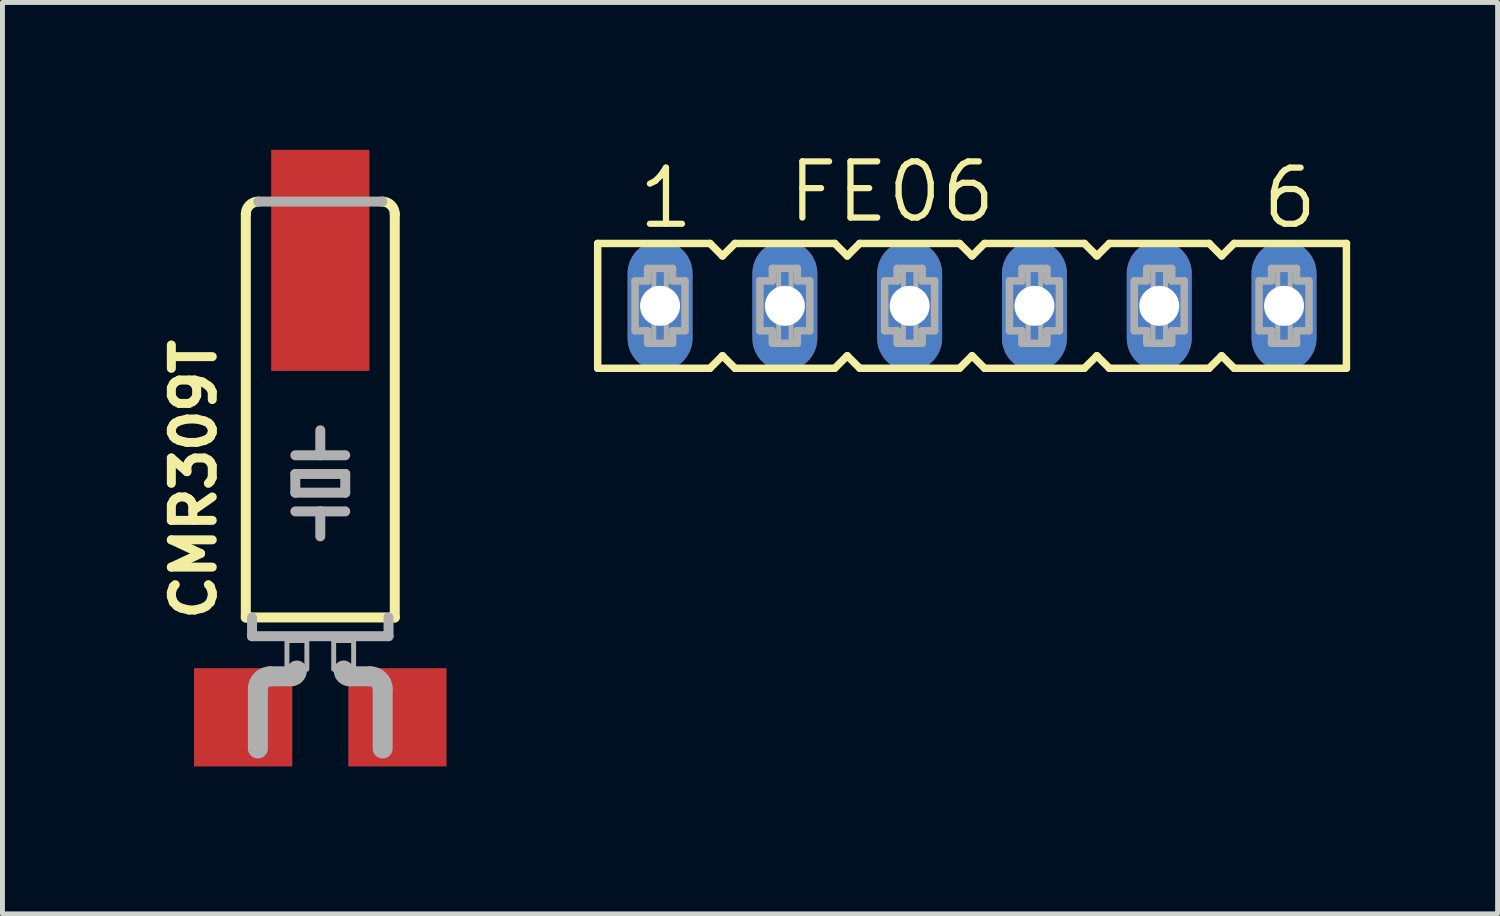
<source format=kicad_pcb>
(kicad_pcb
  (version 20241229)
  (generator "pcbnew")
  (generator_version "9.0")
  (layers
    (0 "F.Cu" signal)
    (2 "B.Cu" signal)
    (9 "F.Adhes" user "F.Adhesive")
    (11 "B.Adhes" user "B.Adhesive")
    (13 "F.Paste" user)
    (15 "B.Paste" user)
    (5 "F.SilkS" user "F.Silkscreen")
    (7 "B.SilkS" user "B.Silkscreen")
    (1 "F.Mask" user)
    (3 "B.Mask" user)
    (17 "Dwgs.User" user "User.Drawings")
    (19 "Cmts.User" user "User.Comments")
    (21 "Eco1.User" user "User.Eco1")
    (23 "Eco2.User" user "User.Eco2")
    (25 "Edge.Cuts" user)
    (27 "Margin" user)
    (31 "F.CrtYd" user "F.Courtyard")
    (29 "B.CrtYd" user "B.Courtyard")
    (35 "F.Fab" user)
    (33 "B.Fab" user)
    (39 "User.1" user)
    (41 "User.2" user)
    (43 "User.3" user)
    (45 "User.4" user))
  (footprint "FE06"
    (layer "F.Cu")
    (at 16.735 3.175)
    (property "Reference" "FE06" (at -3.81 -1.651 0) (unlocked yes) (layer "F.SilkS") (effects (font (size 1.143 1.143) (thickness 0.127)) (justify left bottom)))
    (fp_line (start -7.62 -1.27) (end -7.62 1.27) (stroke (width 0.152) (type solid)) (layer "F.SilkS"))
    (fp_line (start -7.62 1.27) (end -5.334 1.27) (stroke (width 0.152) (type solid)) (layer "F.SilkS"))
    (fp_line (start -5.334 -1.27) (end -7.62 -1.27) (stroke (width 0.152) (type solid)) (layer "F.SilkS"))
    (fp_line (start -5.334 1.27) (end -5.08 1.016) (stroke (width 0.152) (type solid)) (layer "F.SilkS"))
    (fp_line (start -5.08 -1.016) (end -5.334 -1.27) (stroke (width 0.152) (type solid)) (layer "F.SilkS"))
    (fp_line (start -5.08 1.016) (end -4.826 1.27) (stroke (width 0.152) (type solid)) (layer "F.SilkS"))
    (fp_line (start -4.826 -1.27) (end -5.08 -1.016) (stroke (width 0.152) (type solid)) (layer "F.SilkS"))
    (fp_line (start -4.826 1.27) (end -2.794 1.27) (stroke (width 0.152) (type solid)) (layer "F.SilkS"))
    (fp_line (start -2.794 -1.27) (end -4.826 -1.27) (stroke (width 0.152) (type solid)) (layer "F.SilkS"))
    (fp_line (start -2.794 1.27) (end -2.54 1.016) (stroke (width 0.152) (type solid)) (layer "F.SilkS"))
    (fp_line (start -2.54 -1.016) (end -2.794 -1.27) (stroke (width 0.152) (type solid)) (layer "F.SilkS"))
    (fp_line (start -2.54 1.016) (end -2.286 1.27) (stroke (width 0.152) (type solid)) (layer "F.SilkS"))
    (fp_line (start -2.286 -1.27) (end -2.54 -1.016) (stroke (width 0.152) (type solid)) (layer "F.SilkS"))
    (fp_line (start -2.286 1.27) (end -0.254 1.27) (stroke (width 0.152) (type solid)) (layer "F.SilkS"))
    (fp_line (start -0.254 -1.27) (end -2.286 -1.27) (stroke (width 0.152) (type solid)) (layer "F.SilkS"))
    (fp_line (start -0.254 1.27) (end 0 1.016) (stroke (width 0.152) (type solid)) (layer "F.SilkS"))
    (fp_line (start 0 -1.016) (end -0.254 -1.27) (stroke (width 0.152) (type solid)) (layer "F.SilkS"))
    (fp_line (start 0 1.016) (end 0.254 1.27) (stroke (width 0.152) (type solid)) (layer "F.SilkS"))
    (fp_line (start 0.254 -1.27) (end 0 -1.016) (stroke (width 0.152) (type solid)) (layer "F.SilkS"))
    (fp_line (start 0.254 1.27) (end 2.286 1.27) (stroke (width 0.152) (type solid)) (layer "F.SilkS"))
    (fp_line (start 2.286 -1.27) (end 0.254 -1.27) (stroke (width 0.152) (type solid)) (layer "F.SilkS"))
    (fp_line (start 2.286 1.27) (end 2.54 1.016) (stroke (width 0.152) (type solid)) (layer "F.SilkS"))
    (fp_line (start 2.54 -1.016) (end 2.286 -1.27) (stroke (width 0.152) (type solid)) (layer "F.SilkS"))
    (fp_line (start 2.54 1.016) (end 2.794 1.27) (stroke (width 0.152) (type solid)) (layer "F.SilkS"))
    (fp_line (start 2.794 -1.27) (end 2.54 -1.016) (stroke (width 0.152) (type solid)) (layer "F.SilkS"))
    (fp_line (start 2.794 1.27) (end 4.826 1.27) (stroke (width 0.152) (type solid)) (layer "F.SilkS"))
    (fp_line (start 4.826 -1.27) (end 2.794 -1.27) (stroke (width 0.152) (type solid)) (layer "F.SilkS"))
    (fp_line (start 4.826 1.27) (end 5.08 1.016) (stroke (width 0.152) (type solid)) (layer "F.SilkS"))
    (fp_line (start 5.08 -1.016) (end 4.826 -1.27) (stroke (width 0.152) (type solid)) (layer "F.SilkS"))
    (fp_line (start 5.08 1.016) (end 5.334 1.27) (stroke (width 0.152) (type solid)) (layer "F.SilkS"))
    (fp_line (start 5.334 -1.27) (end 5.08 -1.016) (stroke (width 0.152) (type solid)) (layer "F.SilkS"))
    (fp_line (start 5.334 1.27) (end 7.62 1.27) (stroke (width 0.152) (type solid)) (layer "F.SilkS"))
    (fp_line (start 7.62 -1.27) (end 5.334 -1.27) (stroke (width 0.152) (type solid)) (layer "F.SilkS"))
    (fp_line (start 7.62 1.27) (end 7.62 -1.27) (stroke (width 0.152) (type solid)) (layer "F.SilkS"))
    (fp_line (start -6.858 -0.508) (end -6.858 0.508) (stroke (width 0.152) (type solid)) (layer "F.Fab"))
    (fp_line (start -6.858 0.508) (end -6.604 0.508) (stroke (width 0.152) (type solid)) (layer "F.Fab"))
    (fp_line (start -6.604 -0.762) (end -6.604 -0.508) (stroke (width 0.152) (type solid)) (layer "F.Fab"))
    (fp_line (start -6.604 -0.508) (end -6.858 -0.508) (stroke (width 0.152) (type solid)) (layer "F.Fab"))
    (fp_line (start -6.604 0.508) (end -6.604 0.762) (stroke (width 0.152) (type solid)) (layer "F.Fab"))
    (fp_line (start -6.604 0.762) (end -6.096 0.762) (stroke (width 0.152) (type solid)) (layer "F.Fab"))
    (fp_line (start -6.096 -0.762) (end -6.604 -0.762) (stroke (width 0.152) (type solid)) (layer "F.Fab"))
    (fp_line (start -6.096 -0.508) (end -6.096 -0.762) (stroke (width 0.152) (type solid)) (layer "F.Fab"))
    (fp_line (start -6.096 0.508) (end -5.842 0.508) (stroke (width 0.152) (type solid)) (layer "F.Fab"))
    (fp_line (start -6.096 0.762) (end -6.096 0.508) (stroke (width 0.152) (type solid)) (layer "F.Fab"))
    (fp_line (start -5.842 -0.508) (end -6.096 -0.508) (stroke (width 0.152) (type solid)) (layer "F.Fab"))
    (fp_line (start -5.842 0.508) (end -5.842 -0.508) (stroke (width 0.152) (type solid)) (layer "F.Fab"))
    (fp_line (start -4.318 -0.508) (end -4.318 0.508) (stroke (width 0.152) (type solid)) (layer "F.Fab"))
    (fp_line (start -4.318 0.508) (end -4.064 0.508) (stroke (width 0.152) (type solid)) (layer "F.Fab"))
    (fp_line (start -4.064 -0.762) (end -4.064 -0.508) (stroke (width 0.152) (type solid)) (layer "F.Fab"))
    (fp_line (start -4.064 -0.508) (end -4.318 -0.508) (stroke (width 0.152) (type solid)) (layer "F.Fab"))
    (fp_line (start -4.064 0.508) (end -4.064 0.762) (stroke (width 0.152) (type solid)) (layer "F.Fab"))
    (fp_line (start -4.064 0.762) (end -3.556 0.762) (stroke (width 0.152) (type solid)) (layer "F.Fab"))
    (fp_line (start -3.556 -0.762) (end -4.064 -0.762) (stroke (width 0.152) (type solid)) (layer "F.Fab"))
    (fp_line (start -3.556 -0.508) (end -3.556 -0.762) (stroke (width 0.152) (type solid)) (layer "F.Fab"))
    (fp_line (start -3.556 0.508) (end -3.302 0.508) (stroke (width 0.152) (type solid)) (layer "F.Fab"))
    (fp_line (start -3.556 0.762) (end -3.556 0.508) (stroke (width 0.152) (type solid)) (layer "F.Fab"))
    (fp_line (start -3.302 -0.508) (end -3.556 -0.508) (stroke (width 0.152) (type solid)) (layer "F.Fab"))
    (fp_line (start -3.302 0.508) (end -3.302 -0.508) (stroke (width 0.152) (type solid)) (layer "F.Fab"))
    (fp_line (start -1.778 -0.508) (end -1.778 0.508) (stroke (width 0.152) (type solid)) (layer "F.Fab"))
    (fp_line (start -1.778 0.508) (end -1.524 0.508) (stroke (width 0.152) (type solid)) (layer "F.Fab"))
    (fp_line (start -1.524 -0.762) (end -1.524 -0.508) (stroke (width 0.152) (type solid)) (layer "F.Fab"))
    (fp_line (start -1.524 -0.508) (end -1.778 -0.508) (stroke (width 0.152) (type solid)) (layer "F.Fab"))
    (fp_line (start -1.524 0.508) (end -1.524 0.762) (stroke (width 0.152) (type solid)) (layer "F.Fab"))
    (fp_line (start -1.524 0.762) (end -1.016 0.762) (stroke (width 0.152) (type solid)) (layer "F.Fab"))
    (fp_line (start -1.016 -0.762) (end -1.524 -0.762) (stroke (width 0.152) (type solid)) (layer "F.Fab"))
    (fp_line (start -1.016 -0.508) (end -1.016 -0.762) (stroke (width 0.152) (type solid)) (layer "F.Fab"))
    (fp_line (start -1.016 0.508) (end -0.762 0.508) (stroke (width 0.152) (type solid)) (layer "F.Fab"))
    (fp_line (start -1.016 0.762) (end -1.016 0.508) (stroke (width 0.152) (type solid)) (layer "F.Fab"))
    (fp_line (start -0.762 -0.508) (end -1.016 -0.508) (stroke (width 0.152) (type solid)) (layer "F.Fab"))
    (fp_line (start -0.762 0.508) (end -0.762 -0.508) (stroke (width 0.152) (type solid)) (layer "F.Fab"))
    (fp_line (start 0.762 -0.508) (end 0.762 0.508) (stroke (width 0.152) (type solid)) (layer "F.Fab"))
    (fp_line (start 0.762 0.508) (end 1.016 0.508) (stroke (width 0.152) (type solid)) (layer "F.Fab"))
    (fp_line (start 1.016 -0.762) (end 1.016 -0.508) (stroke (width 0.152) (type solid)) (layer "F.Fab"))
    (fp_line (start 1.016 -0.508) (end 0.762 -0.508) (stroke (width 0.152) (type solid)) (layer "F.Fab"))
    (fp_line (start 1.016 0.508) (end 1.016 0.762) (stroke (width 0.152) (type solid)) (layer "F.Fab"))
    (fp_line (start 1.016 0.762) (end 1.524 0.762) (stroke (width 0.152) (type solid)) (layer "F.Fab"))
    (fp_line (start 1.524 -0.762) (end 1.016 -0.762) (stroke (width 0.152) (type solid)) (layer "F.Fab"))
    (fp_line (start 1.524 -0.508) (end 1.524 -0.762) (stroke (width 0.152) (type solid)) (layer "F.Fab"))
    (fp_line (start 1.524 0.508) (end 1.778 0.508) (stroke (width 0.152) (type solid)) (layer "F.Fab"))
    (fp_line (start 1.524 0.762) (end 1.524 0.508) (stroke (width 0.152) (type solid)) (layer "F.Fab"))
    (fp_line (start 1.778 -0.508) (end 1.524 -0.508) (stroke (width 0.152) (type solid)) (layer "F.Fab"))
    (fp_line (start 1.778 0.508) (end 1.778 -0.508) (stroke (width 0.152) (type solid)) (layer "F.Fab"))
    (fp_line (start 3.302 -0.508) (end 3.302 0.508) (stroke (width 0.152) (type solid)) (layer "F.Fab"))
    (fp_line (start 3.302 0.508) (end 3.556 0.508) (stroke (width 0.152) (type solid)) (layer "F.Fab"))
    (fp_line (start 3.556 -0.762) (end 3.556 -0.508) (stroke (width 0.152) (type solid)) (layer "F.Fab"))
    (fp_line (start 3.556 -0.508) (end 3.302 -0.508) (stroke (width 0.152) (type solid)) (layer "F.Fab"))
    (fp_line (start 3.556 0.508) (end 3.556 0.762) (stroke (width 0.152) (type solid)) (layer "F.Fab"))
    (fp_line (start 3.556 0.762) (end 4.064 0.762) (stroke (width 0.152) (type solid)) (layer "F.Fab"))
    (fp_line (start 4.064 -0.762) (end 3.556 -0.762) (stroke (width 0.152) (type solid)) (layer "F.Fab"))
    (fp_line (start 4.064 -0.508) (end 4.064 -0.762) (stroke (width 0.152) (type solid)) (layer "F.Fab"))
    (fp_line (start 4.064 0.508) (end 4.318 0.508) (stroke (width 0.152) (type solid)) (layer "F.Fab"))
    (fp_line (start 4.064 0.762) (end 4.064 0.508) (stroke (width 0.152) (type solid)) (layer "F.Fab"))
    (fp_line (start 4.318 -0.508) (end 4.064 -0.508) (stroke (width 0.152) (type solid)) (layer "F.Fab"))
    (fp_line (start 4.318 0.508) (end 4.318 -0.508) (stroke (width 0.152) (type solid)) (layer "F.Fab"))
    (fp_line (start 5.842 -0.508) (end 5.842 0.508) (stroke (width 0.152) (type solid)) (layer "F.Fab"))
    (fp_line (start 5.842 0.508) (end 6.096 0.508) (stroke (width 0.152) (type solid)) (layer "F.Fab"))
    (fp_line (start 6.096 -0.762) (end 6.096 -0.508) (stroke (width 0.152) (type solid)) (layer "F.Fab"))
    (fp_line (start 6.096 -0.508) (end 5.842 -0.508) (stroke (width 0.152) (type solid)) (layer "F.Fab"))
    (fp_line (start 6.096 0.508) (end 6.096 0.762) (stroke (width 0.152) (type solid)) (layer "F.Fab"))
    (fp_line (start 6.096 0.762) (end 6.604 0.762) (stroke (width 0.152) (type solid)) (layer "F.Fab"))
    (fp_line (start 6.604 -0.762) (end 6.096 -0.762) (stroke (width 0.152) (type solid)) (layer "F.Fab"))
    (fp_line (start 6.604 -0.508) (end 6.604 -0.762) (stroke (width 0.152) (type solid)) (layer "F.Fab"))
    (fp_line (start 6.604 0.508) (end 6.858 0.508) (stroke (width 0.152) (type solid)) (layer "F.Fab"))
    (fp_line (start 6.604 0.762) (end 6.604 0.508) (stroke (width 0.152) (type solid)) (layer "F.Fab"))
    (fp_line (start 6.858 -0.508) (end 6.604 -0.508) (stroke (width 0.152) (type solid)) (layer "F.Fab"))
    (fp_line (start 6.858 0.508) (end 6.858 -0.508) (stroke (width 0.152) (type solid)) (layer "F.Fab"))
    (fp_poly (pts (xy -6.477 -0.254) (xy -6.223 -0.254) (xy -6.223 -0.762) (xy -6.477 -0.762)) (stroke (width 0.1) (type default)) (fill no) (layer "F.Fab"))
    (fp_poly (pts (xy -6.477 0.762) (xy -6.223 0.762) (xy -6.223 0.254) (xy -6.477 0.254)) (stroke (width 0.1) (type default)) (fill no) (layer "F.Fab"))
    (fp_poly (pts (xy -3.937 -0.254) (xy -3.683 -0.254) (xy -3.683 -0.762) (xy -3.937 -0.762)) (stroke (width 0.1) (type default)) (fill no) (layer "F.Fab"))
    (fp_poly (pts (xy -3.937 0.762) (xy -3.683 0.762) (xy -3.683 0.254) (xy -3.937 0.254)) (stroke (width 0.1) (type default)) (fill no) (layer "F.Fab"))
    (fp_poly (pts (xy -1.397 -0.254) (xy -1.143 -0.254) (xy -1.143 -0.762) (xy -1.397 -0.762)) (stroke (width 0.1) (type default)) (fill no) (layer "F.Fab"))
    (fp_poly (pts (xy -1.397 0.762) (xy -1.143 0.762) (xy -1.143 0.254) (xy -1.397 0.254)) (stroke (width 0.1) (type default)) (fill no) (layer "F.Fab"))
    (fp_poly (pts (xy 1.143 -0.254) (xy 1.397 -0.254) (xy 1.397 -0.762) (xy 1.143 -0.762)) (stroke (width 0.1) (type default)) (fill no) (layer "F.Fab"))
    (fp_poly (pts (xy 1.143 0.762) (xy 1.397 0.762) (xy 1.397 0.254) (xy 1.143 0.254)) (stroke (width 0.1) (type default)) (fill no) (layer "F.Fab"))
    (fp_poly (pts (xy 3.683 -0.254) (xy 3.937 -0.254) (xy 3.937 -0.762) (xy 3.683 -0.762)) (stroke (width 0.1) (type default)) (fill no) (layer "F.Fab"))
    (fp_poly (pts (xy 3.683 0.762) (xy 3.937 0.762) (xy 3.937 0.254) (xy 3.683 0.254)) (stroke (width 0.1) (type default)) (fill no) (layer "F.Fab"))
    (fp_poly (pts (xy 6.223 -0.254) (xy 6.477 -0.254) (xy 6.477 -0.762) (xy 6.223 -0.762)) (stroke (width 0.1) (type default)) (fill no) (layer "F.Fab"))
    (fp_poly (pts (xy 6.223 0.762) (xy 6.477 0.762) (xy 6.477 0.254) (xy 6.223 0.254)) (stroke (width 0.1) (type default)) (fill no) (layer "F.Fab"))
    (fp_text user "6" (at 5.842 -1.524 0) (layer "F.SilkS") (effects (font (size 1.143 1.143) (thickness 0.127)) (justify left bottom)))
    (fp_text user "1" (at -6.858 -1.524 0) (layer "F.SilkS") (effects (font (size 1.143 1.143) (thickness 0.127)) (justify left bottom)))
    (pad "1" thru_hole oval (at -6.35 0 90) (size 2.642 1.321) (drill 0.813) (layers "*.Cu" "*.Mask"))
    (pad "2" thru_hole oval (at -3.81 0 90) (size 2.642 1.321) (drill 0.813) (layers "*.Cu" "*.Mask"))
    (pad "3" thru_hole oval (at -1.27 0 90) (size 2.642 1.321) (drill 0.813) (layers "*.Cu" "*.Mask"))
    (pad "4" thru_hole oval (at 1.27 0 90) (size 2.642 1.321) (drill 0.813) (layers "*.Cu" "*.Mask"))
    (pad "5" thru_hole oval (at 3.81 0 90) (size 2.642 1.321) (drill 0.813) (layers "*.Cu" "*.Mask"))
    (pad "6" thru_hole oval (at 6.35 0 90) (size 2.642 1.321) (drill 0.813) (layers "*.Cu" "*.Mask")))
  (footprint "CMR309T"
    (layer "F.Cu")
    (at 3.469 11.55)
    (property "Reference" "CMR309T" (at -2.087 -1.905 90) (unlocked yes) (layer "F.SilkS") (effects (font (size 0.833 0.833) (thickness 0.183)) (justify left bottom)))
    (fp_line (start -1.516 -2.032) (end -1.516 -10.243) (stroke (width 0.203) (type solid)) (layer "F.SilkS"))
    (fp_line (start 1.516 -2.032) (end -1.516 -2.032) (stroke (width 0.203) (type solid)) (layer "F.SilkS"))
    (fp_line (start 1.516 -2.032) (end 1.516 -10.243) (stroke (width 0.203) (type solid)) (layer "F.SilkS"))
    (fp_arc (start -1.516 -10.243) (mid -1.441605 -10.422605) (end -1.262 -10.497) (stroke (width 0.2032) (type solid)) (layer "F.SilkS"))
    (fp_arc (start 1.262 -10.497) (mid 1.441605 -10.422605) (end 1.516 -10.243) (stroke (width 0.2032) (type solid)) (layer "F.SilkS"))
    (fp_line (start -1.389 -1.651) (end -1.389 -2.032) (stroke (width 0.203) (type solid)) (layer "F.Fab"))
    (fp_line (start -1.389 -1.651) (end 1.389 -1.651) (stroke (width 0.203) (type solid)) (layer "F.Fab"))
    (fp_line (start -1.27 -0.581) (end -1.27 0.635) (stroke (width 0.406) (type solid)) (layer "F.Fab"))
    (fp_line (start -1.262 -10.497) (end 1.262 -10.497) (stroke (width 0.203) (type solid)) (layer "F.Fab"))
    (fp_line (start -0.594 -0.835) (end -1.016 -0.835) (stroke (width 0.406) (type solid)) (layer "F.Fab"))
    (fp_line (start -0.508 -5.334) (end 0 -5.334) (stroke (width 0.203) (type solid)) (layer "F.Fab"))
    (fp_line (start -0.508 -4.953) (end -0.508 -4.572) (stroke (width 0.203) (type solid)) (layer "F.Fab"))
    (fp_line (start -0.508 -4.953) (end 0.508 -4.953) (stroke (width 0.203) (type solid)) (layer "F.Fab"))
    (fp_line (start -0.508 -4.191) (end 0 -4.191) (stroke (width 0.203) (type solid)) (layer "F.Fab"))
    (fp_line (start 0 -5.334) (end 0 -5.842) (stroke (width 0.203) (type solid)) (layer "F.Fab"))
    (fp_line (start 0 -5.334) (end 0.508 -5.334) (stroke (width 0.203) (type solid)) (layer "F.Fab"))
    (fp_line (start 0 -4.191) (end 0 -3.683) (stroke (width 0.203) (type solid)) (layer "F.Fab"))
    (fp_line (start 0 -4.191) (end 0.508 -4.191) (stroke (width 0.203) (type solid)) (layer "F.Fab"))
    (fp_line (start 0.508 -4.572) (end -0.508 -4.572) (stroke (width 0.203) (type solid)) (layer "F.Fab"))
    (fp_line (start 0.508 -4.572) (end 0.508 -4.953) (stroke (width 0.203) (type solid)) (layer "F.Fab"))
    (fp_line (start 0.594 -0.835) (end 1.016 -0.835) (stroke (width 0.406) (type solid)) (layer "F.Fab"))
    (fp_line (start 1.27 -0.581) (end 1.27 0.635) (stroke (width 0.406) (type solid)) (layer "F.Fab"))
    (fp_line (start 1.389 -1.651) (end 1.389 -2.032) (stroke (width 0.203) (type solid)) (layer "F.Fab"))
    (fp_arc (start -1.27 -0.581) (mid -1.195605 -0.760605) (end -1.016 -0.835) (stroke (width 0.4064) (type solid)) (layer "F.Fab"))
    (fp_arc (start -0.4763 -0.9525) (mid -0.510715 -0.869415) (end -0.5938 -0.835) (stroke (width 0.4064) (type solid)) (layer "F.Fab"))
    (fp_arc (start 0.5938 -0.835) (mid 0.510715 -0.869415) (end 0.4763 -0.9525) (stroke (width 0.4064) (type solid)) (layer "F.Fab"))
    (fp_arc (start 1.016 -0.835) (mid 1.195605 -0.760605) (end 1.27 -0.581) (stroke (width 0.4064) (type solid)) (layer "F.Fab"))
    (fp_poly (pts (xy -0.679 -0.978) (xy -0.273 -0.978) (xy -0.273 -1.562) (xy -0.679 -1.562)) (stroke (width 0.1) (type default)) (fill no) (layer "F.Fab"))
    (fp_poly (pts (xy 0.273 -0.978) (xy 0.679 -0.978) (xy 0.679 -1.562) (xy 0.273 -1.562)) (stroke (width 0.1) (type default)) (fill no) (layer "F.Fab"))
    (pad "1" smd rect (at -1.57 0 90) (size 2 2) (layers "F.Cu" "F.Mask" "F.Paste"))
    (pad "2" smd rect (at 1.57 0 90) (size 2 2) (layers "F.Cu" "F.Mask" "F.Paste"))
    (pad "3" smd rect (at 0 -9.3 180) (size 2 4.5) (layers "F.Cu" "F.Mask" "F.Paste")))
  (gr_rect
    (start -3 -3)
    (end 27.432 15.55)
    (stroke (width 0.1) (type default))
    (fill no)
    (layer "Edge.Cuts")))
</source>
